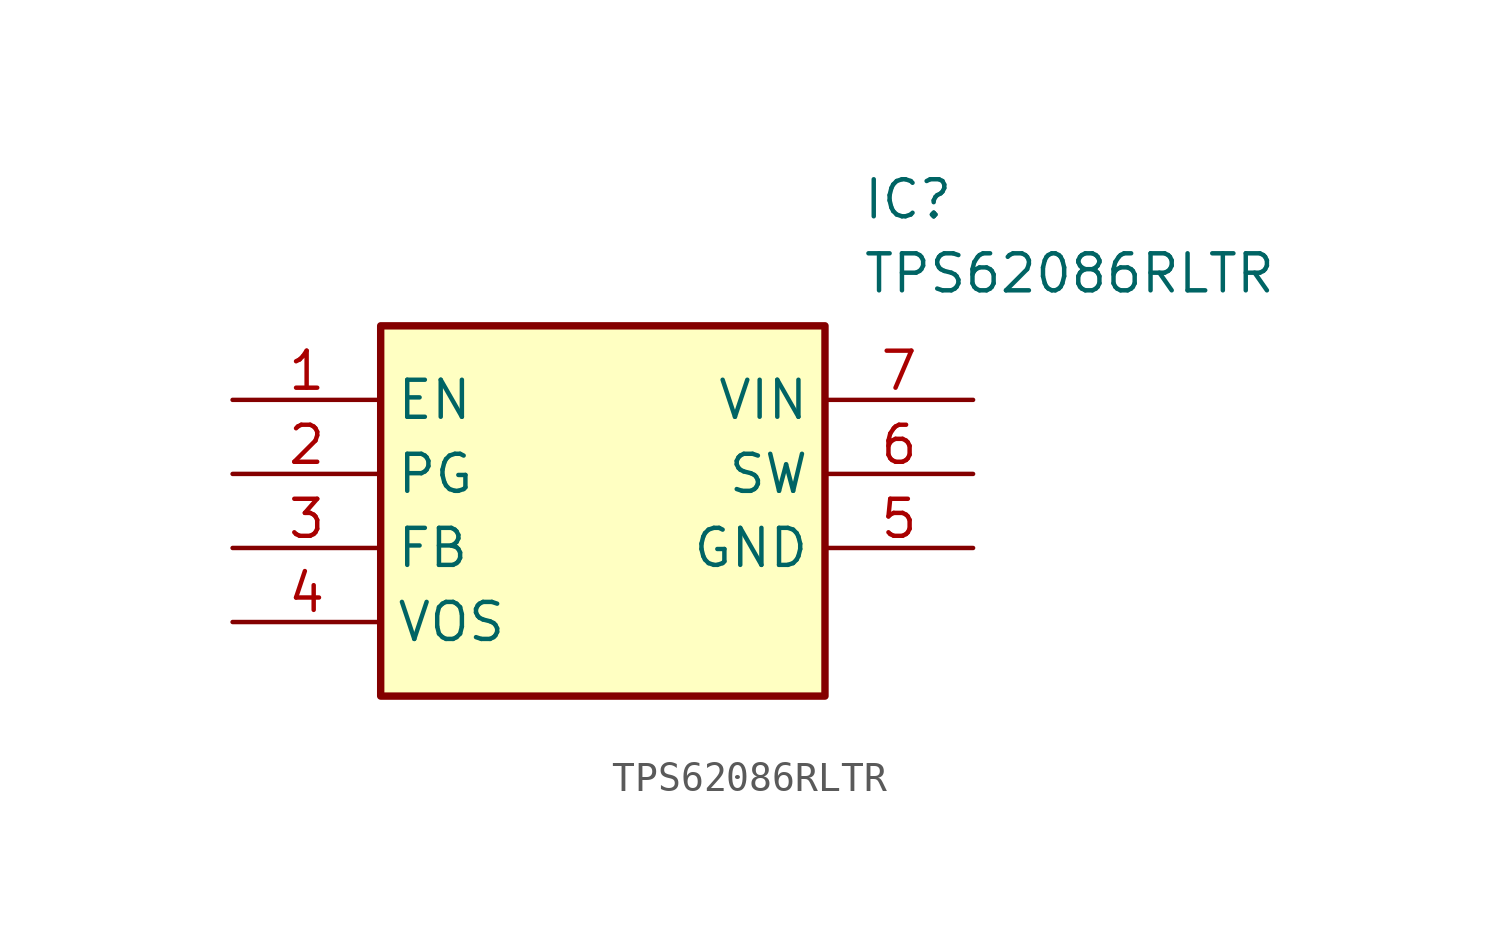
<source format=kicad_sym>
(kicad_symbol_lib
  (version 20211014)
  (generator SamacSys_ECAD_Model)
  (symbol "TPS62086RLTR"
    (property "Reference" "IC"
      (at 21.59 7.62 0)
      (effects (font (size 1.27 1.27)) (justify left top)))
    (property "Value" "TPS62086RLTR"
      (at 21.59 5.08 0)
      (effects (font (size 1.27 1.27)) (justify left top)))
    (rectangle
      (start 5.08 2.54)
      (end 20.32 -10.16)
      (stroke (width 0.254) (type default))
      (fill (type background)))
    (pin passive line
      (at 0 0 0)
      (length 5.08)
      (name "EN" (effects (font (size 1.27 1.27))))
      (number "1" (effects (font (size 1.27 1.27)))))
    (pin passive line
      (at 0 -2.54 0)
      (length 5.08)
      (name "PG" (effects (font (size 1.27 1.27))))
      (number "2" (effects (font (size 1.27 1.27)))))
    (pin passive line
      (at 0 -5.08 0)
      (length 5.08)
      (name "FB" (effects (font (size 1.27 1.27))))
      (number "3" (effects (font (size 1.27 1.27)))))
    (pin passive line
      (at 0 -7.62 0)
      (length 5.08)
      (name "VOS" (effects (font (size 1.27 1.27))))
      (number "4" (effects (font (size 1.27 1.27)))))
    (pin passive line
      (at 25.4 -5.08 180)
      (length 5.08)
      (name "GND" (effects (font (size 1.27 1.27))))
      (number "5" (effects (font (size 1.27 1.27)))))
    (pin passive line
      (at 25.4 -2.54 180)
      (length 5.08)
      (name "SW" (effects (font (size 1.27 1.27))))
      (number "6" (effects (font (size 1.27 1.27)))))
    (pin passive line
      (at 25.4 0 180)
      (length 5.08)
      (name "VIN" (effects (font (size 1.27 1.27))))
      (number "7" (effects (font (size 1.27 1.27)))))))
</source>
